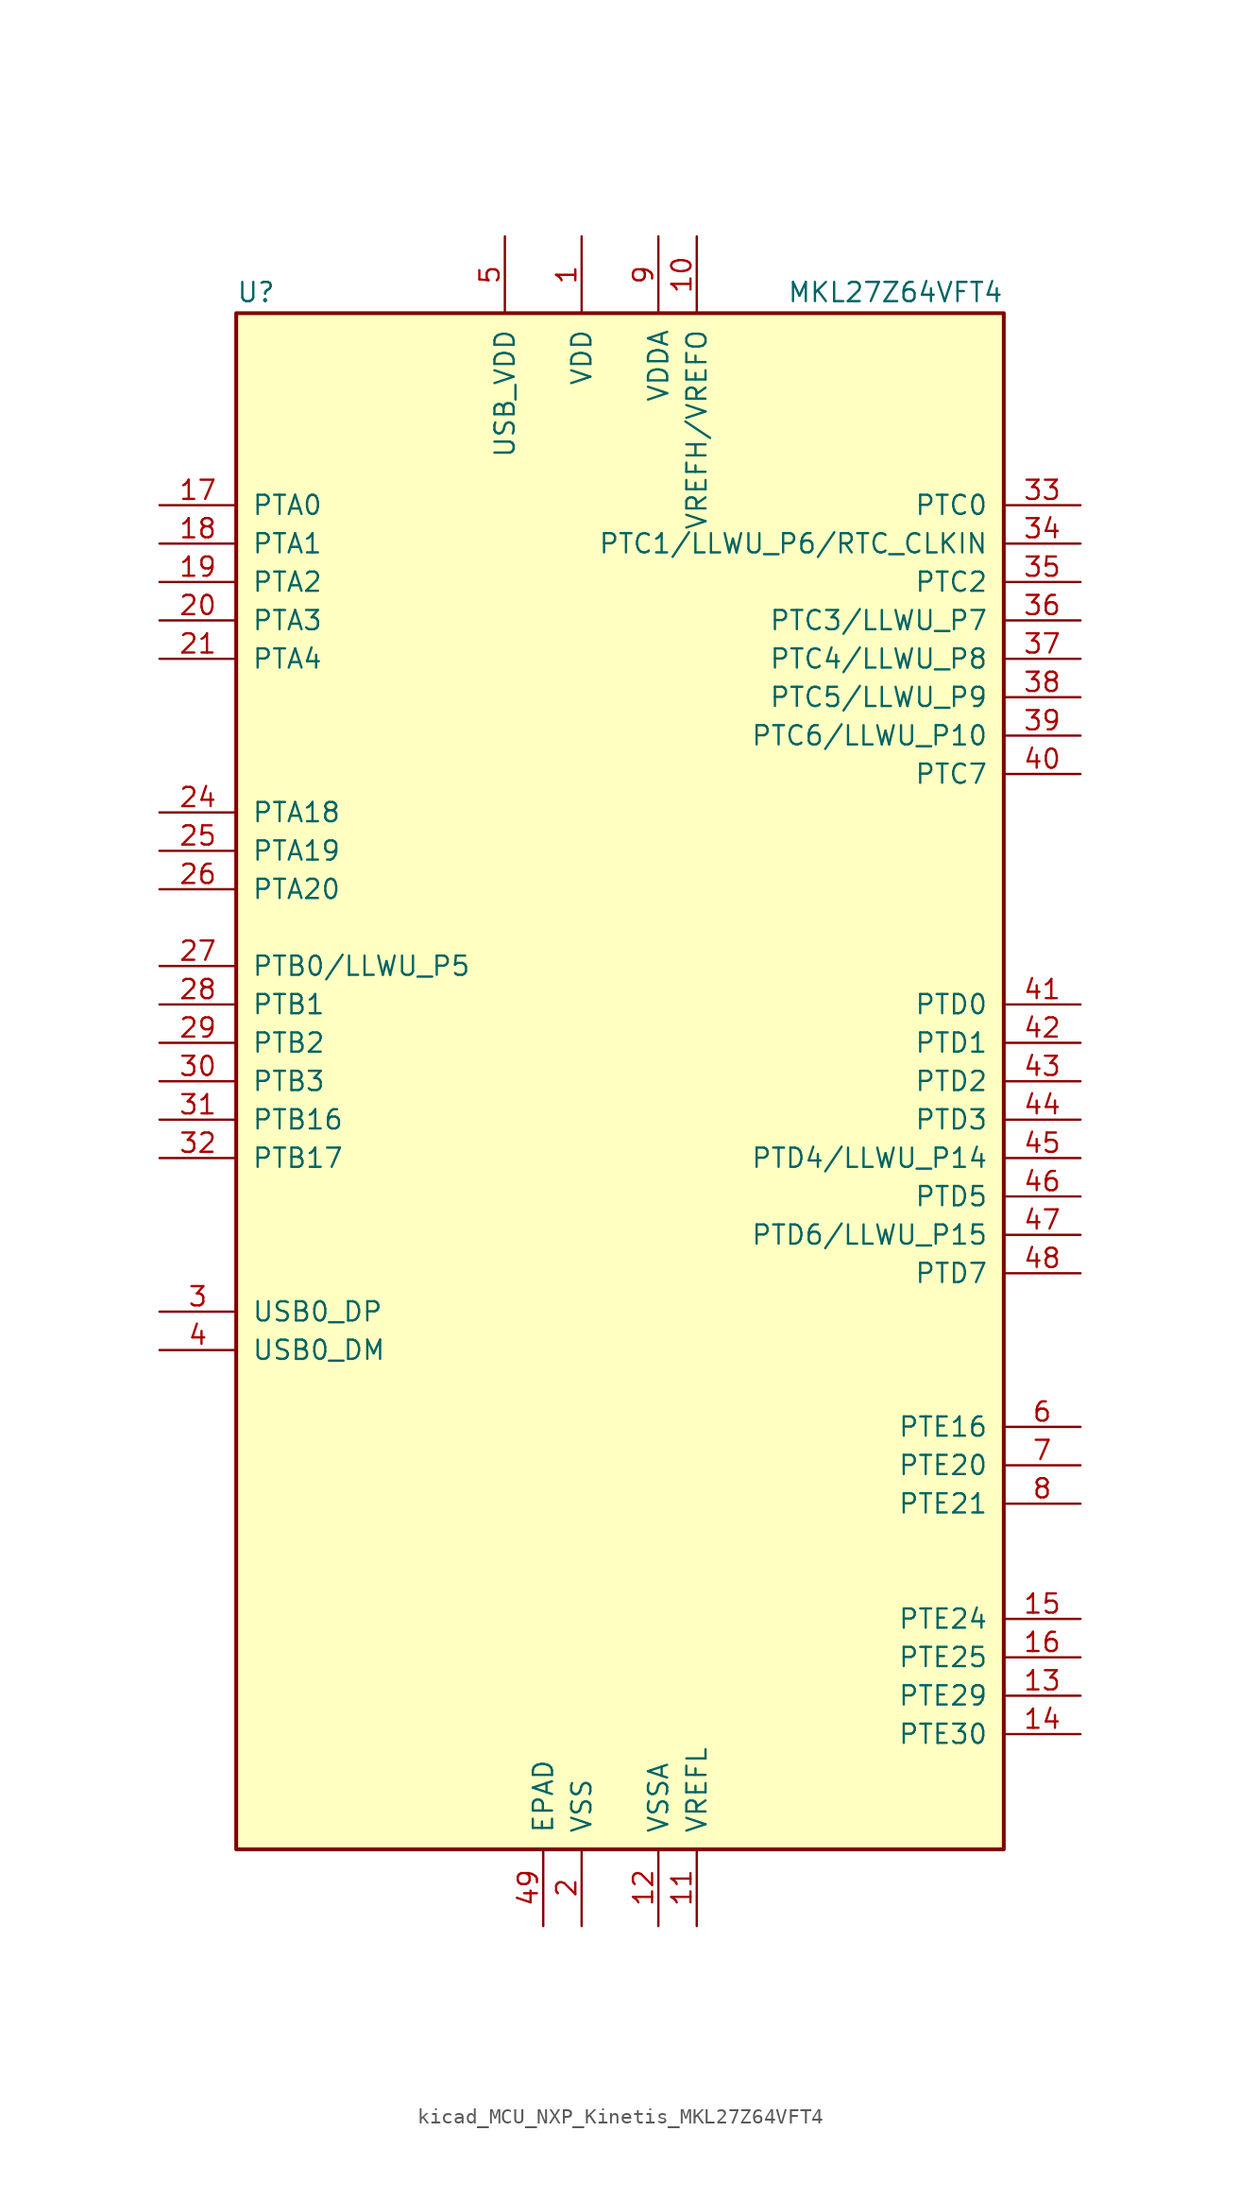
<source format=kicad_sym>
(kicad_symbol_lib
  (version 20220914)
  (generator kicad_symbol_editor)
  (symbol "kicad_MCU_NXP_Kinetis_MKL27Z64VFT4"
    (pin_names
      (offset 1.016))
    (property "Reference" "U"
      (at -25.4 51.435 0)
      (effects (font (size 1.27 1.27)) (justify left bottom)))
    (property "Value" "MKL27Z64VFT4"
      (at 25.4 51.435 0)
      (effects (font (size 1.27 1.27)) (justify right bottom)))
    (symbol "kicad_MCU_NXP_Kinetis_MKL27Z64VFT4_0_1"
      (rectangle (start -25.4 50.8) (end 25.4 -50.8) (stroke (width 0.254) (type default)) (fill (type background))))
    (symbol "kicad_MCU_NXP_Kinetis_MKL27Z64VFT4_1_1"
      (pin power_in line (at -2.54 55.88 270) (length 5.08) (name "VDD" (effects (font (size 1.27 1.27)))) (number "1" (effects (font (size 1.27 1.27)))))
      (pin power_in line (at 5.08 55.88 270) (length 5.08) (name "VREFH/VREFO" (effects (font (size 1.27 1.27)))) (number "10" (effects (font (size 1.27 1.27)))))
      (pin power_in line (at 5.08 -55.88 90) (length 5.08) (name "VREFL" (effects (font (size 1.27 1.27)))) (number "11" (effects (font (size 1.27 1.27)))))
      (pin power_in line (at 2.54 -55.88 90) (length 5.08) (name "VSSA" (effects (font (size 1.27 1.27)))) (number "12" (effects (font (size 1.27 1.27)))))
      (pin bidirectional line (at 30.48 -40.64 180) (length 5.08) (name "PTE29" (effects (font (size 1.27 1.27)))) (number "13" (effects (font (size 1.27 1.27)))))
      (pin bidirectional line (at 30.48 -43.18 180) (length 5.08) (name "PTE30" (effects (font (size 1.27 1.27)))) (number "14" (effects (font (size 1.27 1.27)))))
      (pin bidirectional line (at 30.48 -35.56 180) (length 5.08) (name "PTE24" (effects (font (size 1.27 1.27)))) (number "15" (effects (font (size 1.27 1.27)))))
      (pin bidirectional line (at 30.48 -38.1 180) (length 5.08) (name "PTE25" (effects (font (size 1.27 1.27)))) (number "16" (effects (font (size 1.27 1.27)))))
      (pin bidirectional line (at -30.48 38.1 0) (length 5.08) (name "PTA0" (effects (font (size 1.27 1.27)))) (number "17" (effects (font (size 1.27 1.27)))))
      (pin bidirectional line (at -30.48 35.56 0) (length 5.08) (name "PTA1" (effects (font (size 1.27 1.27)))) (number "18" (effects (font (size 1.27 1.27)))))
      (pin bidirectional line (at -30.48 33.02 0) (length 5.08) (name "PTA2" (effects (font (size 1.27 1.27)))) (number "19" (effects (font (size 1.27 1.27)))))
      (pin power_in line (at -2.54 -55.88 90) (length 5.08) (name "VSS" (effects (font (size 1.27 1.27)))) (number "2" (effects (font (size 1.27 1.27)))))
      (pin bidirectional line (at -30.48 30.48 0) (length 5.08) (name "PTA3" (effects (font (size 1.27 1.27)))) (number "20" (effects (font (size 1.27 1.27)))))
      (pin bidirectional line (at -30.48 27.94 0) (length 5.08) (name "PTA4" (effects (font (size 1.27 1.27)))) (number "21" (effects (font (size 1.27 1.27)))))
      (pin passive line (at -2.54 55.88 270) (length 5.08) hide (name "VDD" (effects (font (size 1.27 1.27)))) (number "22" (effects (font (size 1.27 1.27)))))
      (pin passive line (at -2.54 -55.88 90) (length 5.08) hide (name "VSS" (effects (font (size 1.27 1.27)))) (number "23" (effects (font (size 1.27 1.27)))))
      (pin bidirectional line (at -30.48 17.78 0) (length 5.08) (name "PTA18" (effects (font (size 1.27 1.27)))) (number "24" (effects (font (size 1.27 1.27)))))
      (pin bidirectional line (at -30.48 15.24 0) (length 5.08) (name "PTA19" (effects (font (size 1.27 1.27)))) (number "25" (effects (font (size 1.27 1.27)))))
      (pin bidirectional line (at -30.48 12.7 0) (length 5.08) (name "PTA20" (effects (font (size 1.27 1.27)))) (number "26" (effects (font (size 1.27 1.27)))))
      (pin bidirectional line (at -30.48 7.62 0) (length 5.08) (name "PTB0/LLWU_P5" (effects (font (size 1.27 1.27)))) (number "27" (effects (font (size 1.27 1.27)))))
      (pin bidirectional line (at -30.48 5.08 0) (length 5.08) (name "PTB1" (effects (font (size 1.27 1.27)))) (number "28" (effects (font (size 1.27 1.27)))))
      (pin bidirectional line (at -30.48 2.54 0) (length 5.08) (name "PTB2" (effects (font (size 1.27 1.27)))) (number "29" (effects (font (size 1.27 1.27)))))
      (pin bidirectional line (at -30.48 -15.24 0) (length 5.08) (name "USB0_DP" (effects (font (size 1.27 1.27)))) (number "3" (effects (font (size 1.27 1.27)))))
      (pin bidirectional line (at -30.48 0 0) (length 5.08) (name "PTB3" (effects (font (size 1.27 1.27)))) (number "30" (effects (font (size 1.27 1.27)))))
      (pin bidirectional line (at -30.48 -2.54 0) (length 5.08) (name "PTB16" (effects (font (size 1.27 1.27)))) (number "31" (effects (font (size 1.27 1.27)))))
      (pin bidirectional line (at -30.48 -5.08 0) (length 5.08) (name "PTB17" (effects (font (size 1.27 1.27)))) (number "32" (effects (font (size 1.27 1.27)))))
      (pin bidirectional line (at 30.48 38.1 180) (length 5.08) (name "PTC0" (effects (font (size 1.27 1.27)))) (number "33" (effects (font (size 1.27 1.27)))))
      (pin bidirectional line (at 30.48 35.56 180) (length 5.08) (name "PTC1/LLWU_P6/RTC_CLKIN" (effects (font (size 1.27 1.27)))) (number "34" (effects (font (size 1.27 1.27)))))
      (pin bidirectional line (at 30.48 33.02 180) (length 5.08) (name "PTC2" (effects (font (size 1.27 1.27)))) (number "35" (effects (font (size 1.27 1.27)))))
      (pin bidirectional line (at 30.48 30.48 180) (length 5.08) (name "PTC3/LLWU_P7" (effects (font (size 1.27 1.27)))) (number "36" (effects (font (size 1.27 1.27)))))
      (pin bidirectional line (at 30.48 27.94 180) (length 5.08) (name "PTC4/LLWU_P8" (effects (font (size 1.27 1.27)))) (number "37" (effects (font (size 1.27 1.27)))))
      (pin bidirectional line (at 30.48 25.4 180) (length 5.08) (name "PTC5/LLWU_P9" (effects (font (size 1.27 1.27)))) (number "38" (effects (font (size 1.27 1.27)))))
      (pin bidirectional line (at 30.48 22.86 180) (length 5.08) (name "PTC6/LLWU_P10" (effects (font (size 1.27 1.27)))) (number "39" (effects (font (size 1.27 1.27)))))
      (pin bidirectional line (at -30.48 -17.78 0) (length 5.08) (name "USB0_DM" (effects (font (size 1.27 1.27)))) (number "4" (effects (font (size 1.27 1.27)))))
      (pin bidirectional line (at 30.48 20.32 180) (length 5.08) (name "PTC7" (effects (font (size 1.27 1.27)))) (number "40" (effects (font (size 1.27 1.27)))))
      (pin bidirectional line (at 30.48 5.08 180) (length 5.08) (name "PTD0" (effects (font (size 1.27 1.27)))) (number "41" (effects (font (size 1.27 1.27)))))
      (pin bidirectional line (at 30.48 2.54 180) (length 5.08) (name "PTD1" (effects (font (size 1.27 1.27)))) (number "42" (effects (font (size 1.27 1.27)))))
      (pin bidirectional line (at 30.48 0 180) (length 5.08) (name "PTD2" (effects (font (size 1.27 1.27)))) (number "43" (effects (font (size 1.27 1.27)))))
      (pin bidirectional line (at 30.48 -2.54 180) (length 5.08) (name "PTD3" (effects (font (size 1.27 1.27)))) (number "44" (effects (font (size 1.27 1.27)))))
      (pin bidirectional line (at 30.48 -5.08 180) (length 5.08) (name "PTD4/LLWU_P14" (effects (font (size 1.27 1.27)))) (number "45" (effects (font (size 1.27 1.27)))))
      (pin bidirectional line (at 30.48 -7.62 180) (length 5.08) (name "PTD5" (effects (font (size 1.27 1.27)))) (number "46" (effects (font (size 1.27 1.27)))))
      (pin bidirectional line (at 30.48 -10.16 180) (length 5.08) (name "PTD6/LLWU_P15" (effects (font (size 1.27 1.27)))) (number "47" (effects (font (size 1.27 1.27)))))
      (pin bidirectional line (at 30.48 -12.7 180) (length 5.08) (name "PTD7" (effects (font (size 1.27 1.27)))) (number "48" (effects (font (size 1.27 1.27)))))
      (pin power_in line (at -5.08 -55.88 90) (length 5.08) (name "EPAD" (effects (font (size 1.27 1.27)))) (number "49" (effects (font (size 1.27 1.27)))))
      (pin power_in line (at -7.62 55.88 270) (length 5.08) (name "USB_VDD" (effects (font (size 1.27 1.27)))) (number "5" (effects (font (size 1.27 1.27)))))
      (pin bidirectional line (at 30.48 -22.86 180) (length 5.08) (name "PTE16" (effects (font (size 1.27 1.27)))) (number "6" (effects (font (size 1.27 1.27)))))
      (pin bidirectional line (at 30.48 -25.4 180) (length 5.08) (name "PTE20" (effects (font (size 1.27 1.27)))) (number "7" (effects (font (size 1.27 1.27)))))
      (pin bidirectional line (at 30.48 -27.94 180) (length 5.08) (name "PTE21" (effects (font (size 1.27 1.27)))) (number "8" (effects (font (size 1.27 1.27)))))
      (pin power_in line (at 2.54 55.88 270) (length 5.08) (name "VDDA" (effects (font (size 1.27 1.27)))) (number "9" (effects (font (size 1.27 1.27))))))))
</source>
